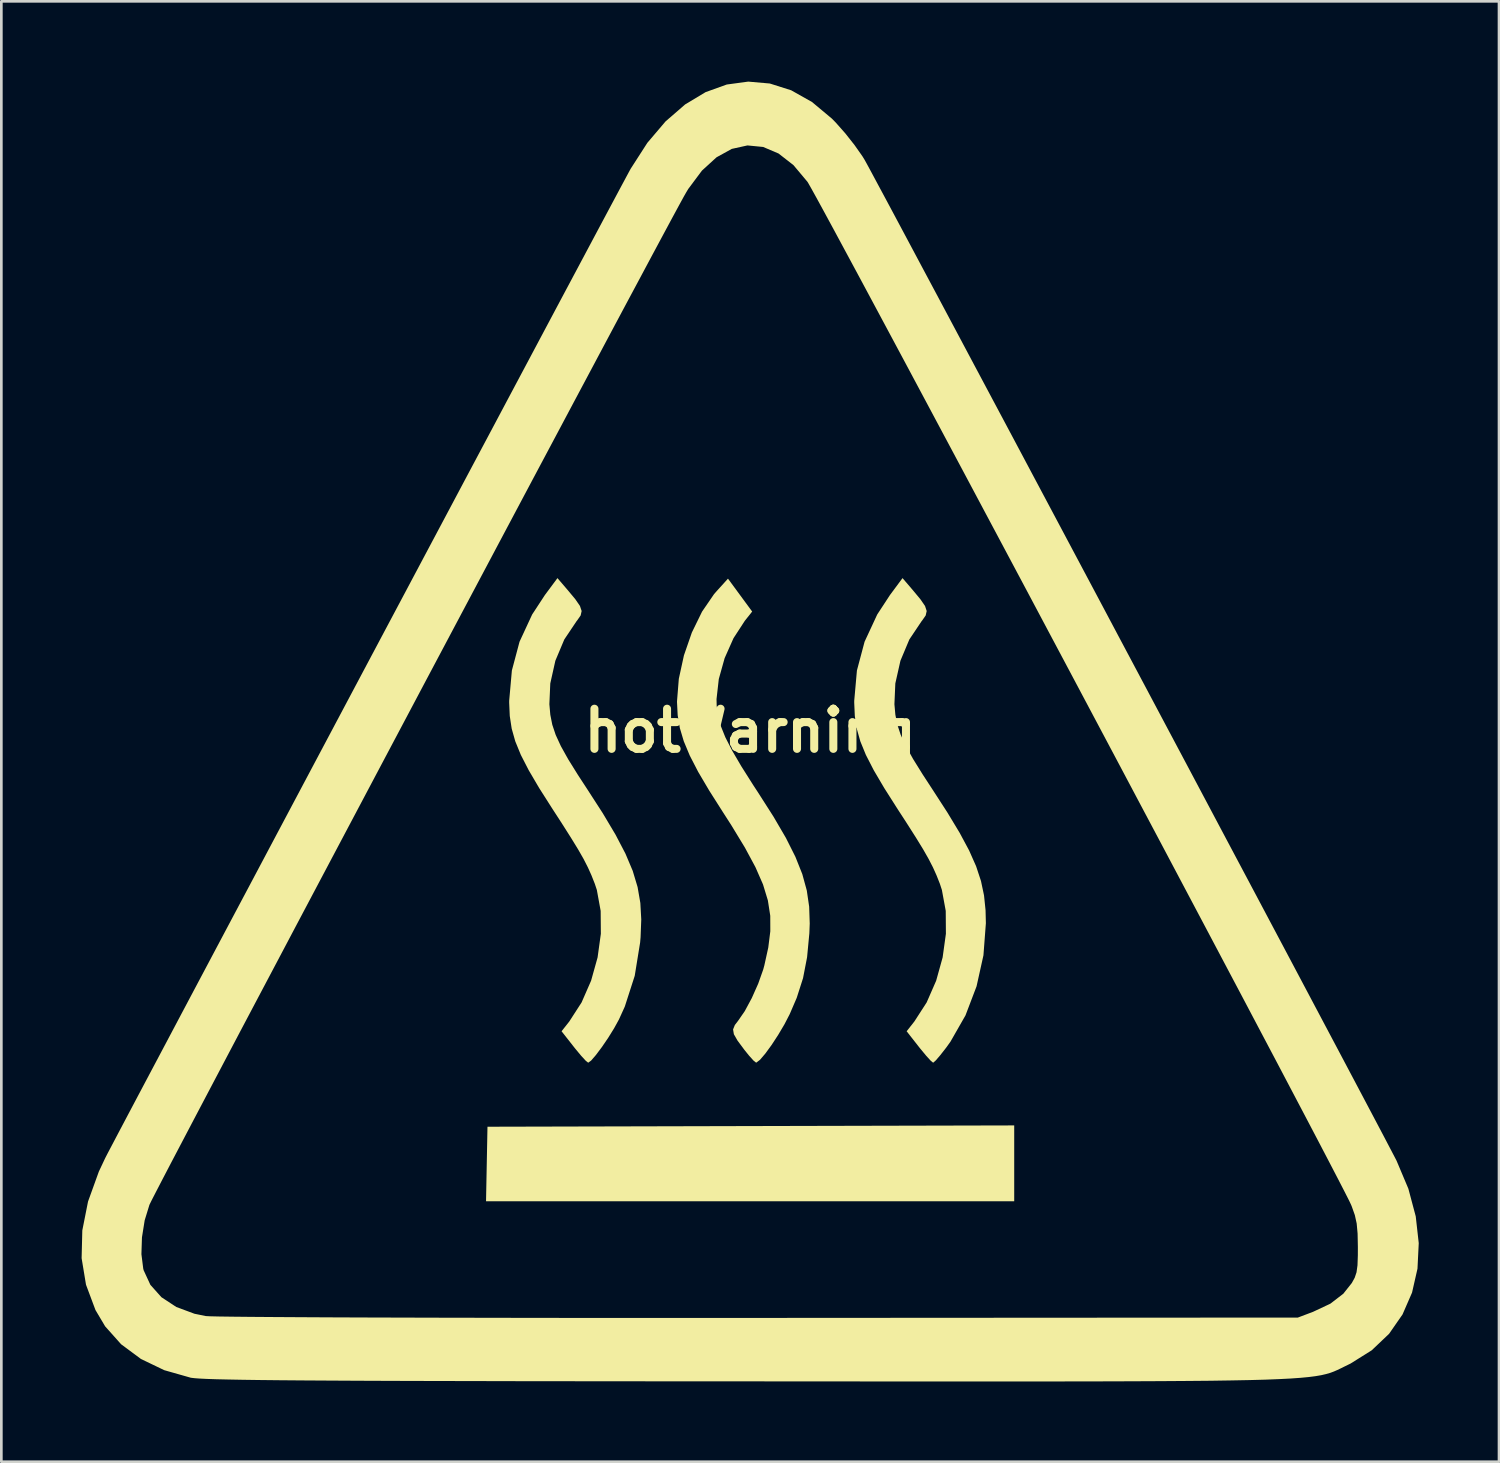
<source format=kicad_pcb>
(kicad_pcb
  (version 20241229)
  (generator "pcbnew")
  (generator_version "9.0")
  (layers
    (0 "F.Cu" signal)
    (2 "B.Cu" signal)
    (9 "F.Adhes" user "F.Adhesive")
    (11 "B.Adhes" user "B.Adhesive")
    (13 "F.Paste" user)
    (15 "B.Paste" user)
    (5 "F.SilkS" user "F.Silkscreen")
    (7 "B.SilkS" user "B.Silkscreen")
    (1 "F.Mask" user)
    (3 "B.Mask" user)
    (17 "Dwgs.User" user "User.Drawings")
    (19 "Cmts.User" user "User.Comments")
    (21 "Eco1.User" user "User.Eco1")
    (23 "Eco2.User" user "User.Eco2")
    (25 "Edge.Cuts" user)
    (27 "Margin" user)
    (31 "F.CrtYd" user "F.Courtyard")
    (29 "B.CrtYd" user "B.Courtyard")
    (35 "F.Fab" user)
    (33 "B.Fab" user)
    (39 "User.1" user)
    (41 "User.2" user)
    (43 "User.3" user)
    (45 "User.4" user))
  (footprint "hotWarning"
    (layer "F.Cu")
    (at 24.986 24.258)
    (property "Reference" "hotWarning" (at 0 0 0) (layer "F.SilkS") (effects (font (size 1.5 1.5) (thickness 0.3))))
    (attr board_only exclude_from_pos_files exclude_from_bom)
    (fp_poly (pts (xy 9.867 16.168) (xy 9.867 17.585) (xy -0.003 17.585) (xy -9.872 17.585) (xy -9.845 16.192) (xy -9.818 14.8) (xy 0.024 14.775) (xy 9.867 14.751)) (stroke (width 0) (type solid)) (fill yes) (layer "F.SilkS"))
    (fp_poly (pts (xy 6.065 -5.269) (xy 6.36 -4.914) (xy 6.534 -4.662) (xy 6.596 -4.473) (xy 6.559 -4.308) (xy 6.434 -4.128) (xy 6.407 -4.095) (xy 5.948 -3.41) (xy 5.615 -2.616) (xy 5.424 -1.767) (xy 5.39 -0.991) (xy 5.425 -0.599) (xy 5.498 -0.229) (xy 5.623 0.148) (xy 5.814 0.565) (xy 6.084 1.051) (xy 6.448 1.637) (xy 6.807 2.187) (xy 7.374 3.063) (xy 7.828 3.816) (xy 8.181 4.474) (xy 8.443 5.065) (xy 8.625 5.616) (xy 8.739 6.155) (xy 8.796 6.71) (xy 8.808 7.194) (xy 8.717 8.394) (xy 8.46 9.552) (xy 8.046 10.639) (xy 7.484 11.622) (xy 7.324 11.845) (xy 7.109 12.12) (xy 6.937 12.321) (xy 6.84 12.406) (xy 6.836 12.407) (xy 6.748 12.335) (xy 6.576 12.146) (xy 6.354 11.878) (xy 6.308 11.82) (xy 5.847 11.232) (xy 6.135 10.867) (xy 6.595 10.155) (xy 6.95 9.343) (xy 7.192 8.473) (xy 7.314 7.589) (xy 7.308 6.734) (xy 7.164 5.95) (xy 7.088 5.718) (xy 6.964 5.405) (xy 6.83 5.107) (xy 6.668 4.792) (xy 6.463 4.432) (xy 6.195 3.995) (xy 5.848 3.45) (xy 5.511 2.931) (xy 5.01 2.143) (xy 4.618 1.477) (xy 4.324 0.905) (xy 4.116 0.397) (xy 3.982 -0.078) (xy 3.91 -0.55) (xy 3.888 -1.047) (xy 3.888 -1.118) (xy 3.989 -2.252) (xy 4.275 -3.326) (xy 4.748 -4.344) (xy 5.226 -5.074) (xy 5.693 -5.703)) (stroke (width 0) (type solid)) (fill yes) (layer "F.SilkS"))
    (fp_poly (pts (xy -6.831 -5.269) (xy -6.535 -4.914) (xy -6.362 -4.662) (xy -6.299 -4.473) (xy -6.336 -4.308) (xy -6.461 -4.128) (xy -6.488 -4.095) (xy -6.947 -3.41) (xy -7.281 -2.616) (xy -7.471 -1.767) (xy -7.505 -0.991) (xy -7.47 -0.596) (xy -7.396 -0.224) (xy -7.269 0.156) (xy -7.076 0.575) (xy -6.803 1.065) (xy -6.435 1.656) (xy -6.1 2.169) (xy -5.506 3.089) (xy -5.03 3.889) (xy -4.661 4.596) (xy -4.39 5.238) (xy -4.208 5.843) (xy -4.105 6.439) (xy -4.071 7.053) (xy -4.096 7.713) (xy -4.113 7.913) (xy -4.315 9.159) (xy -4.686 10.31) (xy -4.905 10.792) (xy -5.086 11.121) (xy -5.308 11.479) (xy -5.545 11.826) (xy -5.767 12.122) (xy -5.946 12.329) (xy -6.054 12.407) (xy -6.145 12.335) (xy -6.319 12.146) (xy -6.542 11.877) (xy -6.587 11.82) (xy -7.049 11.232) (xy -6.761 10.867) (xy -6.301 10.155) (xy -5.946 9.343) (xy -5.703 8.473) (xy -5.581 7.589) (xy -5.588 6.734) (xy -5.731 5.95) (xy -5.808 5.718) (xy -5.932 5.405) (xy -6.066 5.107) (xy -6.227 4.792) (xy -6.433 4.432) (xy -6.701 3.995) (xy -7.047 3.45) (xy -7.384 2.931) (xy -7.886 2.143) (xy -8.277 1.477) (xy -8.571 0.905) (xy -8.779 0.397) (xy -8.913 -0.078) (xy -8.985 -0.55) (xy -9.007 -1.047) (xy -9.007 -1.118) (xy -8.906 -2.252) (xy -8.62 -3.326) (xy -8.148 -4.344) (xy -7.67 -5.074) (xy -7.203 -5.703)) (stroke (width 0) (type solid)) (fill yes) (layer "F.SilkS"))
    (fp_poly (pts (xy -0.378 -5.068) (xy 0.074 -4.453) (xy -0.201 -4.107) (xy -0.624 -3.457) (xy -0.955 -2.712) (xy -1.173 -1.932) (xy -1.258 -1.181) (xy -1.252 -0.935) (xy -1.205 -0.567) (xy -1.101 -0.183) (xy -0.929 0.245) (xy -0.676 0.741) (xy -0.33 1.332) (xy 0.12 2.043) (xy 0.286 2.296) (xy 0.87 3.21) (xy 1.335 4.006) (xy 1.69 4.713) (xy 1.947 5.358) (xy 2.115 5.97) (xy 2.204 6.576) (xy 2.225 7.205) (xy 2.211 7.571) (xy 2.126 8.467) (xy 1.975 9.247) (xy 1.739 9.983) (xy 1.478 10.59) (xy 1.281 10.971) (xy 1.046 11.368) (xy 0.799 11.746) (xy 0.563 12.069) (xy 0.366 12.299) (xy 0.233 12.401) (xy 0.218 12.403) (xy 0.125 12.329) (xy -0.044 12.141) (xy -0.219 11.924) (xy -0.473 11.582) (xy -0.61 11.343) (xy -0.64 11.163) (xy -0.573 10.998) (xy -0.455 10.845) (xy -0.203 10.48) (xy 0.059 9.993) (xy 0.3 9.452) (xy 0.487 8.924) (xy 0.529 8.771) (xy 0.676 8.103) (xy 0.752 7.494) (xy 0.75 6.917) (xy 0.661 6.343) (xy 0.479 5.745) (xy 0.195 5.097) (xy -0.197 4.369) (xy -0.704 3.534) (xy -1.006 3.064) (xy -1.531 2.238) (xy -1.945 1.536) (xy -2.258 0.93) (xy -2.482 0.394) (xy -2.629 -0.1) (xy -2.71 -0.579) (xy -2.735 -1.072) (xy -2.735 -1.097) (xy -2.667 -1.941) (xy -2.476 -2.816) (xy -2.18 -3.67) (xy -1.799 -4.45) (xy -1.351 -5.104) (xy -1.249 -5.221) (xy -0.83 -5.683)) (stroke (width 0) (type solid)) (fill yes) (layer "F.SilkS"))
    (fp_poly (pts (xy 0.734 -24.187) (xy 1.532 -23.934) (xy 2.31 -23.496) (xy 3.057 -22.872) (xy 3.199 -22.726) (xy 3.552 -22.327) (xy 3.903 -21.882) (xy 4.194 -21.468) (xy 4.277 -21.333) (xy 4.357 -21.188) (xy 4.524 -20.88) (xy 4.771 -20.419) (xy 5.095 -19.816) (xy 5.489 -19.079) (xy 5.948 -18.219) (xy 6.467 -17.245) (xy 7.042 -16.168) (xy 7.666 -14.996) (xy 8.334 -13.741) (xy 9.042 -12.412) (xy 9.784 -11.019) (xy 10.554 -9.571) (xy 11.348 -8.079) (xy 12.16 -6.552) (xy 12.985 -5.001) (xy 13.817 -3.434) (xy 14.653 -1.862) (xy 15.485 -0.295) (xy 16.31 1.257) (xy 17.121 2.785) (xy 17.914 4.279) (xy 18.684 5.728) (xy 19.424 7.123) (xy 20.131 8.455) (xy 20.798 9.713) (xy 21.42 10.887) (xy 21.993 11.968) (xy 22.51 12.945) (xy 22.967 13.809) (xy 23.359 14.551) (xy 23.68 15.159) (xy 23.924 15.625) (xy 24.088 15.938) (xy 24.156 16.07) (xy 24.598 17.118) (xy 24.873 18.15) (xy 24.985 19.151) (xy 24.938 20.105) (xy 24.735 20.998) (xy 24.38 21.814) (xy 23.877 22.538) (xy 23.228 23.155) (xy 22.438 23.65) (xy 22.35 23.693) (xy 22.203 23.765) (xy 22.07 23.831) (xy 21.944 23.891) (xy 21.816 23.947) (xy 21.679 23.998) (xy 21.523 24.043) (xy 21.342 24.085) (xy 21.126 24.122) (xy 20.869 24.155) (xy 20.561 24.184) (xy 20.195 24.21) (xy 19.763 24.232) (xy 19.256 24.252) (xy 18.667 24.268) (xy 17.987 24.281) (xy 17.208 24.293) (xy 16.323 24.301) (xy 15.323 24.308) (xy 14.199 24.313) (xy 12.945 24.317) (xy 11.552 24.319) (xy 10.011 24.32) (xy 8.315 24.32) (xy 6.456 24.32) (xy 4.425 24.319) (xy 2.215 24.317) (xy -0.082 24.316) (xy -2.509 24.315) (xy -4.748 24.313) (xy -6.805 24.311) (xy -8.689 24.309) (xy -10.405 24.305) (xy -11.962 24.302) (xy -13.366 24.298) (xy -14.624 24.293) (xy -15.744 24.287) (xy -16.732 24.281) (xy -17.596 24.274) (xy -18.343 24.266) (xy -18.98 24.257) (xy -19.513 24.247) (xy -19.951 24.237) (xy -20.3 24.225) (xy -20.567 24.212) (xy -20.76 24.198) (xy -20.885 24.183) (xy -20.906 24.18) (xy -21.898 23.898) (xy -22.769 23.479) (xy -23.509 22.93) (xy -24.106 22.261) (xy -24.468 21.651) (xy -24.822 20.704) (xy -24.986 19.711) (xy -24.982 19.563) (xy -22.751 19.563) (xy -22.683 20.103) (xy -22.668 20.163) (xy -22.416 20.709) (xy -22.002 21.172) (xy -21.446 21.537) (xy -20.769 21.789) (xy -20.343 21.876) (xy -20.191 21.884) (xy -19.853 21.892) (xy -19.339 21.899) (xy -18.658 21.906) (xy -17.819 21.912) (xy -16.833 21.918) (xy -15.707 21.924) (xy -14.452 21.929) (xy -13.078 21.933) (xy -11.593 21.937) (xy -10.008 21.94) (xy -8.331 21.943) (xy -6.572 21.945) (xy -4.74 21.946) (xy -2.846 21.946) (xy -0.898 21.946) (xy 0.342 21.945) (xy 20.467 21.932) (xy 21.038 21.716) (xy 21.682 21.413) (xy 22.166 21.041) (xy 22.484 20.64) (xy 22.592 20.443) (xy 22.66 20.24) (xy 22.696 19.978) (xy 22.709 19.606) (xy 22.71 19.294) (xy 22.7 18.792) (xy 22.666 18.417) (xy 22.597 18.103) (xy 22.483 17.782) (xy 22.457 17.718) (xy 22.381 17.558) (xy 22.217 17.235) (xy 21.973 16.761) (xy 21.652 16.144) (xy 21.261 15.395) (xy 20.804 14.524) (xy 20.286 13.539) (xy 19.713 12.45) (xy 19.089 11.269) (xy 18.421 10.003) (xy 17.712 8.663) (xy 16.969 7.259) (xy 16.196 5.8) (xy 15.399 4.295) (xy 14.582 2.756) (xy 13.752 1.191) (xy 12.912 -0.39) (xy 12.069 -1.977) (xy 11.227 -3.56) (xy 10.392 -5.131) (xy 9.568 -6.678) (xy 8.761 -8.192) (xy 7.977 -9.664) (xy 7.219 -11.084) (xy 6.494 -12.442) (xy 5.807 -13.728) (xy 5.162 -14.933) (xy 4.565 -16.047) (xy 4.021 -17.061) (xy 3.535 -17.963) (xy 3.113 -18.746) (xy 2.759 -19.399) (xy 2.479 -19.912) (xy 2.278 -20.275) (xy 2.161 -20.48) (xy 2.139 -20.515) (xy 1.616 -21.138) (xy 1.06 -21.571) (xy 0.484 -21.816) (xy -0.102 -21.873) (xy -0.687 -21.744) (xy -1.257 -21.43) (xy -1.803 -20.932) (xy -2.312 -20.25) (xy -2.386 -20.128) (xy -2.485 -19.954) (xy -2.668 -19.619) (xy -2.931 -19.133) (xy -3.268 -18.506) (xy -3.674 -17.749) (xy -4.144 -16.869) (xy -4.674 -15.879) (xy -5.257 -14.786) (xy -5.888 -13.6) (xy -6.563 -12.333) (xy -7.276 -10.992) (xy -8.023 -9.589) (xy -8.797 -8.132) (xy -9.594 -6.631) (xy -10.408 -5.097) (xy -11.235 -3.539) (xy -12.07 -1.966) (xy -12.906 -0.388) (xy -13.739 1.184) (xy -14.564 2.742) (xy -15.376 4.275) (xy -16.169 5.773) (xy -16.939 7.228) (xy -17.679 8.629) (xy -18.386 9.966) (xy -19.054 11.23) (xy -19.677 12.412) (xy -20.25 13.5) (xy -20.769 14.486) (xy -21.228 15.36) (xy -21.623 16.112) (xy -21.947 16.733) (xy -22.195 17.212) (xy -22.364 17.54) (xy -22.446 17.707) (xy -22.452 17.72) (xy -22.629 18.297) (xy -22.731 18.936) (xy -22.751 19.563) (xy -24.982 19.563) (xy -24.96 18.675) (xy -24.746 17.595) (xy -24.342 16.476) (xy -24.105 15.973) (xy -24.023 15.813) (xy -23.853 15.49) (xy -23.603 15.015) (xy -23.277 14.398) (xy -22.88 13.647) (xy -22.418 12.775) (xy -21.895 11.789) (xy -21.319 10.701) (xy -20.693 9.52) (xy -20.023 8.257) (xy -19.314 6.921) (xy -18.571 5.522) (xy -17.801 4.07) (xy -17.008 2.576) (xy -16.197 1.048) (xy -15.374 -0.502) (xy -14.544 -2.065) (xy -13.712 -3.631) (xy -12.884 -5.189) (xy -12.065 -6.731) (xy -11.26 -8.245) (xy -10.475 -9.723) (xy -9.714 -11.153) (xy -8.984 -12.527) (xy -8.289 -13.833) (xy -7.635 -15.063) (xy -7.027 -16.206) (xy -6.47 -17.251) (xy -5.97 -18.19) (xy -5.532 -19.012) (xy -5.161 -19.707) (xy -4.863 -20.265) (xy -4.642 -20.677) (xy -4.505 -20.932) (xy -4.465 -21.004) (xy -3.843 -21.971) (xy -3.162 -22.772) (xy -2.433 -23.404) (xy -1.668 -23.864) (xy -0.877 -24.149) (xy -0.073 -24.258)) (stroke (width 0) (type solid)) (fill yes) (layer "F.SilkS")))
  (gr_rect
    (start -3 -3)
    (end 52.971 51.578)
    (stroke (width 0.1) (type default))
    (fill no)
    (layer "Edge.Cuts")))
</source>
